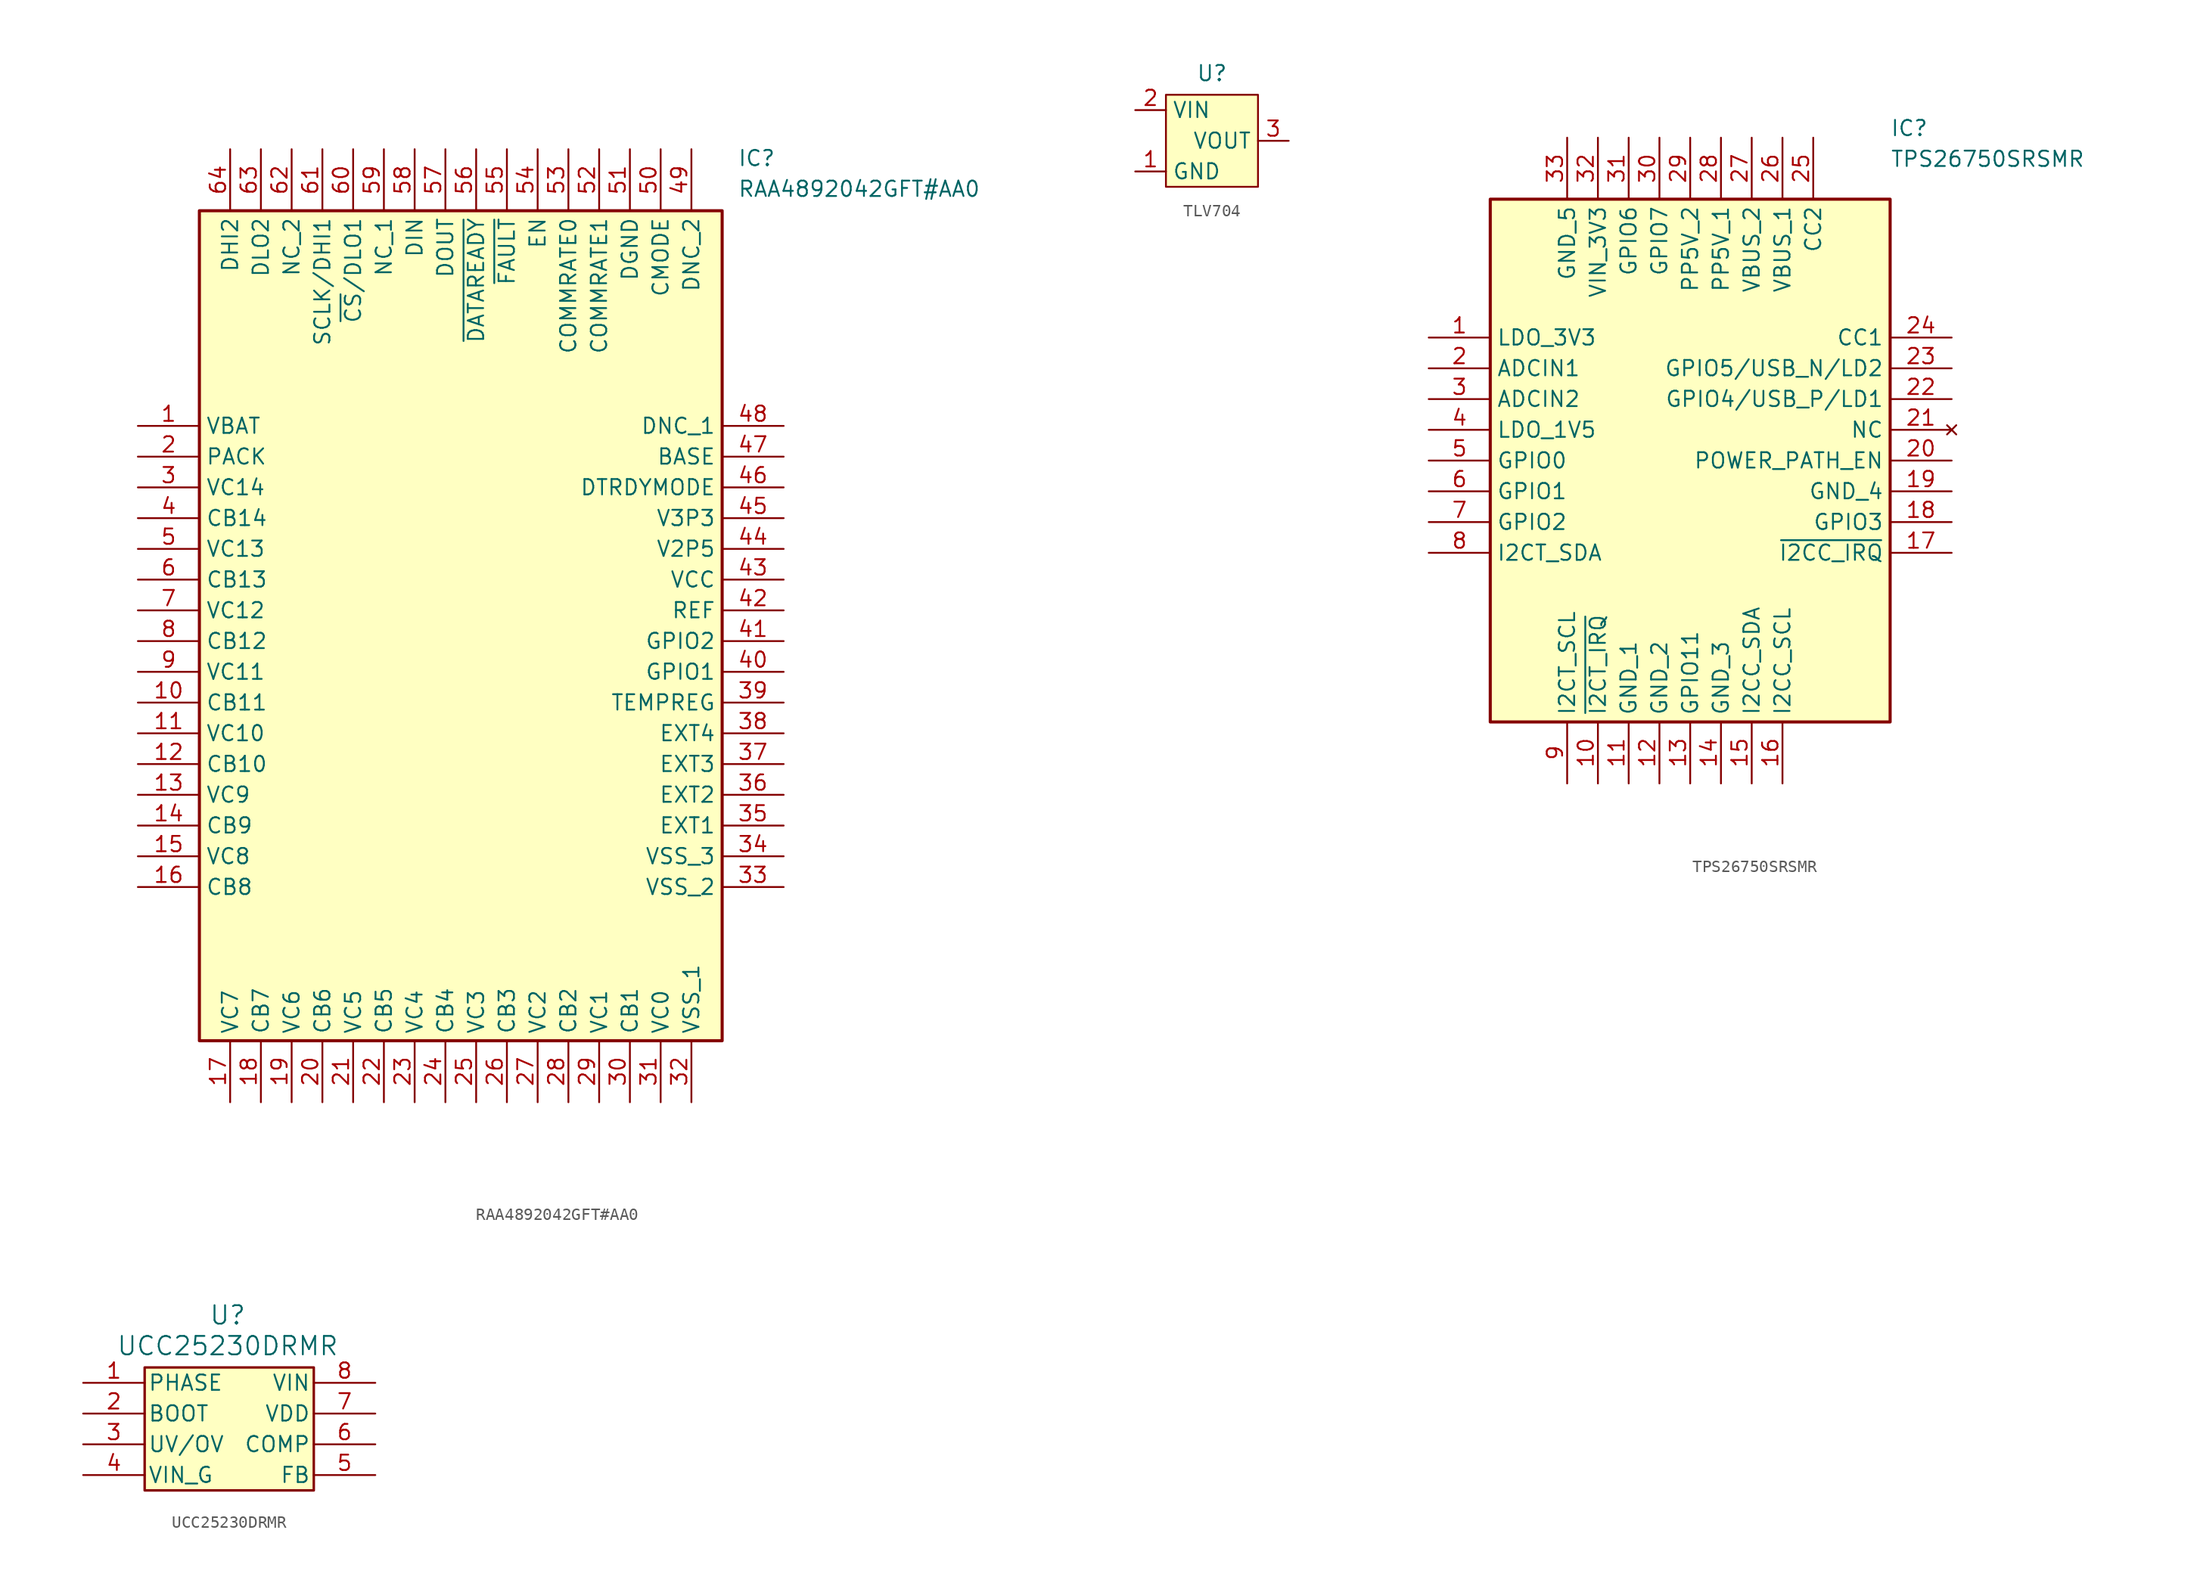
<source format=kicad_sym>
(kicad_symbol_lib
  (version 20241209)
  (generator "kicad_symbol_editor")
  (generator_version "9.0")
  (symbol "RAA4892042GFT#AA0"
    (property "Reference" "IC"
      (at 22.86 39.37 0)
      (effects (font (size 1.27 1.27)) (justify left top)))
    (property "Value" "RAA4892042GFT#AA0"
      (at 22.86 36.83 0)
      (effects (font (size 1.27 1.27)) (justify left top)))
    (symbol "RAA4892042GFT#AA0_1_1"
      (rectangle (start -21.59 34.29) (end 21.59 -34.29) (stroke (width 0.254) (type default)) (fill (type background)))
      (pin passive line (at -26.67 16.51 0) (length 5.08) (name "VBAT" (effects (font (size 1.27 1.27)))) (number "1" (effects (font (size 1.27 1.27)))))
      (pin passive line (at -26.67 13.97 0) (length 5.08) (name "PACK" (effects (font (size 1.27 1.27)))) (number "2" (effects (font (size 1.27 1.27)))))
      (pin passive line (at -26.67 11.43 0) (length 5.08) (name "VC14" (effects (font (size 1.27 1.27)))) (number "3" (effects (font (size 1.27 1.27)))))
      (pin passive line (at -26.67 8.89 0) (length 5.08) (name "CB14" (effects (font (size 1.27 1.27)))) (number "4" (effects (font (size 1.27 1.27)))))
      (pin passive line (at -26.67 6.35 0) (length 5.08) (name "VC13" (effects (font (size 1.27 1.27)))) (number "5" (effects (font (size 1.27 1.27)))))
      (pin passive line (at -26.67 3.81 0) (length 5.08) (name "CB13" (effects (font (size 1.27 1.27)))) (number "6" (effects (font (size 1.27 1.27)))))
      (pin passive line (at -26.67 1.27 0) (length 5.08) (name "VC12" (effects (font (size 1.27 1.27)))) (number "7" (effects (font (size 1.27 1.27)))))
      (pin passive line (at -26.67 -1.27 0) (length 5.08) (name "CB12" (effects (font (size 1.27 1.27)))) (number "8" (effects (font (size 1.27 1.27)))))
      (pin passive line (at -26.67 -3.81 0) (length 5.08) (name "VC11" (effects (font (size 1.27 1.27)))) (number "9" (effects (font (size 1.27 1.27)))))
      (pin passive line (at -26.67 -6.35 0) (length 5.08) (name "CB11" (effects (font (size 1.27 1.27)))) (number "10" (effects (font (size 1.27 1.27)))))
      (pin passive line (at -26.67 -8.89 0) (length 5.08) (name "VC10" (effects (font (size 1.27 1.27)))) (number "11" (effects (font (size 1.27 1.27)))))
      (pin passive line (at -26.67 -11.43 0) (length 5.08) (name "CB10" (effects (font (size 1.27 1.27)))) (number "12" (effects (font (size 1.27 1.27)))))
      (pin passive line (at -26.67 -13.97 0) (length 5.08) (name "VC9" (effects (font (size 1.27 1.27)))) (number "13" (effects (font (size 1.27 1.27)))))
      (pin passive line (at -26.67 -16.51 0) (length 5.08) (name "CB9" (effects (font (size 1.27 1.27)))) (number "14" (effects (font (size 1.27 1.27)))))
      (pin passive line (at -26.67 -19.05 0) (length 5.08) (name "VC8" (effects (font (size 1.27 1.27)))) (number "15" (effects (font (size 1.27 1.27)))))
      (pin passive line (at -26.67 -21.59 0) (length 5.08) (name "CB8" (effects (font (size 1.27 1.27)))) (number "16" (effects (font (size 1.27 1.27)))))
      (pin passive line (at -19.05 39.37 270) (length 5.08) (name "DHI2" (effects (font (size 1.27 1.27)))) (number "64" (effects (font (size 1.27 1.27)))))
      (pin passive line (at -19.05 -39.37 90) (length 5.08) (name "VC7" (effects (font (size 1.27 1.27)))) (number "17" (effects (font (size 1.27 1.27)))))
      (pin passive line (at -16.51 39.37 270) (length 5.08) (name "DLO2" (effects (font (size 1.27 1.27)))) (number "63" (effects (font (size 1.27 1.27)))))
      (pin passive line (at -16.51 -39.37 90) (length 5.08) (name "CB7" (effects (font (size 1.27 1.27)))) (number "18" (effects (font (size 1.27 1.27)))))
      (pin passive line (at -13.97 39.37 270) (length 5.08) (name "NC_2" (effects (font (size 1.27 1.27)))) (number "62" (effects (font (size 1.27 1.27)))))
      (pin passive line (at -13.97 -39.37 90) (length 5.08) (name "VC6" (effects (font (size 1.27 1.27)))) (number "19" (effects (font (size 1.27 1.27)))))
      (pin passive line (at -11.43 39.37 270) (length 5.08) (name "SCLK/DHI1" (effects (font (size 1.27 1.27)))) (number "61" (effects (font (size 1.27 1.27)))))
      (pin passive line (at -11.43 -39.37 90) (length 5.08) (name "CB6" (effects (font (size 1.27 1.27)))) (number "20" (effects (font (size 1.27 1.27)))))
      (pin passive line (at -8.89 39.37 270) (length 5.08) (name "~{CS}/DLO1" (effects (font (size 1.27 1.27)))) (number "60" (effects (font (size 1.27 1.27)))))
      (pin passive line (at -8.89 -39.37 90) (length 5.08) (name "VC5" (effects (font (size 1.27 1.27)))) (number "21" (effects (font (size 1.27 1.27)))))
      (pin passive line (at -6.35 39.37 270) (length 5.08) (name "NC_1" (effects (font (size 1.27 1.27)))) (number "59" (effects (font (size 1.27 1.27)))))
      (pin passive line (at -6.35 -39.37 90) (length 5.08) (name "CB5" (effects (font (size 1.27 1.27)))) (number "22" (effects (font (size 1.27 1.27)))))
      (pin passive line (at -3.81 39.37 270) (length 5.08) (name "DIN" (effects (font (size 1.27 1.27)))) (number "58" (effects (font (size 1.27 1.27)))))
      (pin passive line (at -3.81 -39.37 90) (length 5.08) (name "VC4" (effects (font (size 1.27 1.27)))) (number "23" (effects (font (size 1.27 1.27)))))
      (pin passive line (at -1.27 39.37 270) (length 5.08) (name "DOUT" (effects (font (size 1.27 1.27)))) (number "57" (effects (font (size 1.27 1.27)))))
      (pin passive line (at -1.27 -39.37 90) (length 5.08) (name "CB4" (effects (font (size 1.27 1.27)))) (number "24" (effects (font (size 1.27 1.27)))))
      (pin passive line (at 1.27 39.37 270) (length 5.08) (name "~{DATAREADY}" (effects (font (size 1.27 1.27)))) (number "56" (effects (font (size 1.27 1.27)))))
      (pin passive line (at 1.27 -39.37 90) (length 5.08) (name "VC3" (effects (font (size 1.27 1.27)))) (number "25" (effects (font (size 1.27 1.27)))))
      (pin passive line (at 3.81 39.37 270) (length 5.08) (name "~{FAULT}" (effects (font (size 1.27 1.27)))) (number "55" (effects (font (size 1.27 1.27)))))
      (pin passive line (at 3.81 -39.37 90) (length 5.08) (name "CB3" (effects (font (size 1.27 1.27)))) (number "26" (effects (font (size 1.27 1.27)))))
      (pin passive line (at 6.35 39.37 270) (length 5.08) (name "EN" (effects (font (size 1.27 1.27)))) (number "54" (effects (font (size 1.27 1.27)))))
      (pin passive line (at 6.35 -39.37 90) (length 5.08) (name "VC2" (effects (font (size 1.27 1.27)))) (number "27" (effects (font (size 1.27 1.27)))))
      (pin passive line (at 8.89 39.37 270) (length 5.08) (name "COMMRATE0" (effects (font (size 1.27 1.27)))) (number "53" (effects (font (size 1.27 1.27)))))
      (pin passive line (at 8.89 -39.37 90) (length 5.08) (name "CB2" (effects (font (size 1.27 1.27)))) (number "28" (effects (font (size 1.27 1.27)))))
      (pin passive line (at 11.43 39.37 270) (length 5.08) (name "COMMRATE1" (effects (font (size 1.27 1.27)))) (number "52" (effects (font (size 1.27 1.27)))))
      (pin passive line (at 11.43 -39.37 90) (length 5.08) (name "VC1" (effects (font (size 1.27 1.27)))) (number "29" (effects (font (size 1.27 1.27)))))
      (pin passive line (at 13.97 39.37 270) (length 5.08) (name "DGND" (effects (font (size 1.27 1.27)))) (number "51" (effects (font (size 1.27 1.27)))))
      (pin passive line (at 13.97 -39.37 90) (length 5.08) (name "CB1" (effects (font (size 1.27 1.27)))) (number "30" (effects (font (size 1.27 1.27)))))
      (pin passive line (at 16.51 39.37 270) (length 5.08) (name "CMODE" (effects (font (size 1.27 1.27)))) (number "50" (effects (font (size 1.27 1.27)))))
      (pin passive line (at 16.51 -39.37 90) (length 5.08) (name "VC0" (effects (font (size 1.27 1.27)))) (number "31" (effects (font (size 1.27 1.27)))))
      (pin passive line (at 19.05 39.37 270) (length 5.08) (name "DNC_2" (effects (font (size 1.27 1.27)))) (number "49" (effects (font (size 1.27 1.27)))))
      (pin passive line (at 19.05 -39.37 90) (length 5.08) (name "VSS_1" (effects (font (size 1.27 1.27)))) (number "32" (effects (font (size 1.27 1.27)))))
      (pin passive line (at 26.67 16.51 180) (length 5.08) (name "DNC_1" (effects (font (size 1.27 1.27)))) (number "48" (effects (font (size 1.27 1.27)))))
      (pin passive line (at 26.67 13.97 180) (length 5.08) (name "BASE" (effects (font (size 1.27 1.27)))) (number "47" (effects (font (size 1.27 1.27)))))
      (pin passive line (at 26.67 11.43 180) (length 5.08) (name "DTRDYMODE" (effects (font (size 1.27 1.27)))) (number "46" (effects (font (size 1.27 1.27)))))
      (pin passive line (at 26.67 8.89 180) (length 5.08) (name "V3P3" (effects (font (size 1.27 1.27)))) (number "45" (effects (font (size 1.27 1.27)))))
      (pin passive line (at 26.67 6.35 180) (length 5.08) (name "V2P5" (effects (font (size 1.27 1.27)))) (number "44" (effects (font (size 1.27 1.27)))))
      (pin passive line (at 26.67 3.81 180) (length 5.08) (name "VCC" (effects (font (size 1.27 1.27)))) (number "43" (effects (font (size 1.27 1.27)))))
      (pin passive line (at 26.67 1.27 180) (length 5.08) (name "REF" (effects (font (size 1.27 1.27)))) (number "42" (effects (font (size 1.27 1.27)))))
      (pin passive line (at 26.67 -1.27 180) (length 5.08) (name "GPIO2" (effects (font (size 1.27 1.27)))) (number "41" (effects (font (size 1.27 1.27)))))
      (pin passive line (at 26.67 -3.81 180) (length 5.08) (name "GPIO1" (effects (font (size 1.27 1.27)))) (number "40" (effects (font (size 1.27 1.27)))))
      (pin passive line (at 26.67 -6.35 180) (length 5.08) (name "TEMPREG" (effects (font (size 1.27 1.27)))) (number "39" (effects (font (size 1.27 1.27)))))
      (pin passive line (at 26.67 -8.89 180) (length 5.08) (name "EXT4" (effects (font (size 1.27 1.27)))) (number "38" (effects (font (size 1.27 1.27)))))
      (pin passive line (at 26.67 -11.43 180) (length 5.08) (name "EXT3" (effects (font (size 1.27 1.27)))) (number "37" (effects (font (size 1.27 1.27)))))
      (pin passive line (at 26.67 -13.97 180) (length 5.08) (name "EXT2" (effects (font (size 1.27 1.27)))) (number "36" (effects (font (size 1.27 1.27)))))
      (pin passive line (at 26.67 -16.51 180) (length 5.08) (name "EXT1" (effects (font (size 1.27 1.27)))) (number "35" (effects (font (size 1.27 1.27)))))
      (pin passive line (at 26.67 -19.05 180) (length 5.08) (name "VSS_3" (effects (font (size 1.27 1.27)))) (number "34" (effects (font (size 1.27 1.27)))))
      (pin passive line (at 26.67 -21.59 180) (length 5.08) (name "VSS_2" (effects (font (size 1.27 1.27)))) (number "33" (effects (font (size 1.27 1.27)))))))
  (symbol "TLV704"
    (property "Reference" "U"
      (at 0 5.588 0)
      (effects (font (size 1.27 1.27))))
    (property "Value" ""
      (at 0 0 0)
      (effects (font (size 1.27 1.27))))
    (symbol "TLV704_0_1"
      (rectangle (start -3.81 3.81) (end 3.81 -3.81) (stroke (width 0) (type default)) (fill (type background))))
    (symbol "TLV704_1_1"
      (pin passive line (at -6.35 2.54 0) (length 2.54) (name "VIN" (effects (font (size 1.27 1.27)))) (number "2" (effects (font (size 1.27 1.27)))))
      (pin passive line (at -6.35 -2.54 0) (length 2.54) (name "GND" (effects (font (size 1.27 1.27)))) (number "1" (effects (font (size 1.27 1.27)))))
      (pin passive line (at 6.35 0 180) (length 2.54) (name "VOUT" (effects (font (size 1.27 1.27)))) (number "3" (effects (font (size 1.27 1.27)))))
      (pin no_connect line (at 6.35 -2.54 180) (length 2.54) (hide yes) (name "NC" (effects (font (size 1.27 1.27)))) (number "4" (effects (font (size 1.27 1.27)))))
      (pin no_connect line (at 6.35 -2.54 180) (length 2.54) (hide yes) (name "NC" (effects (font (size 1.27 1.27)))) (number "5" (effects (font (size 1.27 1.27)))))))
  (symbol "TPS26750SRSMR"
    (property "Reference" "IC"
      (at 16.51 26.924 0)
      (effects (font (size 1.27 1.27)) (justify left top)))
    (property "Value" "TPS26750SRSMR"
      (at 16.51 24.384 0)
      (effects (font (size 1.27 1.27)) (justify left top)))
    (symbol "TPS26750SRSMR_1_1"
      (rectangle (start -16.51 20.32) (end 16.51 -22.86) (stroke (width 0.254) (type default)) (fill (type background)))
      (pin passive line (at -21.59 8.89 0) (length 5.08) (name "LDO_3V3" (effects (font (size 1.27 1.27)))) (number "1" (effects (font (size 1.27 1.27)))))
      (pin passive line (at -21.59 6.35 0) (length 5.08) (name "ADCIN1" (effects (font (size 1.27 1.27)))) (number "2" (effects (font (size 1.27 1.27)))))
      (pin passive line (at -21.59 3.81 0) (length 5.08) (name "ADCIN2" (effects (font (size 1.27 1.27)))) (number "3" (effects (font (size 1.27 1.27)))))
      (pin passive line (at -21.59 1.27 0) (length 5.08) (name "LDO_1V5" (effects (font (size 1.27 1.27)))) (number "4" (effects (font (size 1.27 1.27)))))
      (pin passive line (at -21.59 -1.27 0) (length 5.08) (name "GPIO0" (effects (font (size 1.27 1.27)))) (number "5" (effects (font (size 1.27 1.27)))))
      (pin passive line (at -21.59 -3.81 0) (length 5.08) (name "GPIO1" (effects (font (size 1.27 1.27)))) (number "6" (effects (font (size 1.27 1.27)))))
      (pin passive line (at -21.59 -6.35 0) (length 5.08) (name "GPIO2" (effects (font (size 1.27 1.27)))) (number "7" (effects (font (size 1.27 1.27)))))
      (pin passive line (at -21.59 -8.89 0) (length 5.08) (name "I2CT_SDA" (effects (font (size 1.27 1.27)))) (number "8" (effects (font (size 1.27 1.27)))))
      (pin passive line (at -10.16 25.4 270) (length 5.08) (name "GND_5" (effects (font (size 1.27 1.27)))) (number "33" (effects (font (size 1.27 1.27)))))
      (pin passive line (at -10.16 -27.94 90) (length 5.08) (name "I2CT_SCL" (effects (font (size 1.27 1.27)))) (number "9" (effects (font (size 1.27 1.27)))))
      (pin passive line (at -7.62 25.4 270) (length 5.08) (name "VIN_3V3" (effects (font (size 1.27 1.27)))) (number "32" (effects (font (size 1.27 1.27)))))
      (pin passive line (at -7.62 -27.94 90) (length 5.08) (name "~{I2CT_IRQ}" (effects (font (size 1.27 1.27)))) (number "10" (effects (font (size 1.27 1.27)))))
      (pin passive line (at -5.08 25.4 270) (length 5.08) (name "GPIO6" (effects (font (size 1.27 1.27)))) (number "31" (effects (font (size 1.27 1.27)))))
      (pin passive line (at -5.08 -27.94 90) (length 5.08) (name "GND_1" (effects (font (size 1.27 1.27)))) (number "11" (effects (font (size 1.27 1.27)))))
      (pin passive line (at -2.54 25.4 270) (length 5.08) (name "GPIO7" (effects (font (size 1.27 1.27)))) (number "30" (effects (font (size 1.27 1.27)))))
      (pin passive line (at -2.54 -27.94 90) (length 5.08) (name "GND_2" (effects (font (size 1.27 1.27)))) (number "12" (effects (font (size 1.27 1.27)))))
      (pin passive line (at 0 25.4 270) (length 5.08) (name "PP5V_2" (effects (font (size 1.27 1.27)))) (number "29" (effects (font (size 1.27 1.27)))))
      (pin passive line (at 0 -27.94 90) (length 5.08) (name "GPIO11" (effects (font (size 1.27 1.27)))) (number "13" (effects (font (size 1.27 1.27)))))
      (pin passive line (at 2.54 25.4 270) (length 5.08) (name "PP5V_1" (effects (font (size 1.27 1.27)))) (number "28" (effects (font (size 1.27 1.27)))))
      (pin passive line (at 2.54 -27.94 90) (length 5.08) (name "GND_3" (effects (font (size 1.27 1.27)))) (number "14" (effects (font (size 1.27 1.27)))))
      (pin passive line (at 5.08 25.4 270) (length 5.08) (name "VBUS_2" (effects (font (size 1.27 1.27)))) (number "27" (effects (font (size 1.27 1.27)))))
      (pin passive line (at 5.08 -27.94 90) (length 5.08) (name "I2CC_SDA" (effects (font (size 1.27 1.27)))) (number "15" (effects (font (size 1.27 1.27)))))
      (pin passive line (at 7.62 25.4 270) (length 5.08) (name "VBUS_1" (effects (font (size 1.27 1.27)))) (number "26" (effects (font (size 1.27 1.27)))))
      (pin passive line (at 7.62 -27.94 90) (length 5.08) (name "I2CC_SCL" (effects (font (size 1.27 1.27)))) (number "16" (effects (font (size 1.27 1.27)))))
      (pin passive line (at 10.16 25.4 270) (length 5.08) (name "CC2" (effects (font (size 1.27 1.27)))) (number "25" (effects (font (size 1.27 1.27)))))
      (pin passive line (at 21.59 8.89 180) (length 5.08) (name "CC1" (effects (font (size 1.27 1.27)))) (number "24" (effects (font (size 1.27 1.27)))))
      (pin passive line (at 21.59 6.35 180) (length 5.08) (name "GPIO5/USB_N/LD2" (effects (font (size 1.27 1.27)))) (number "23" (effects (font (size 1.27 1.27)))))
      (pin passive line (at 21.59 3.81 180) (length 5.08) (name "GPIO4/USB_P/LD1" (effects (font (size 1.27 1.27)))) (number "22" (effects (font (size 1.27 1.27)))))
      (pin no_connect line (at 21.59 1.27 180) (length 5.08) (name "NC" (effects (font (size 1.27 1.27)))) (number "21" (effects (font (size 1.27 1.27)))))
      (pin passive line (at 21.59 -1.27 180) (length 5.08) (name "POWER_PATH_EN" (effects (font (size 1.27 1.27)))) (number "20" (effects (font (size 1.27 1.27)))))
      (pin passive line (at 21.59 -3.81 180) (length 5.08) (name "GND_4" (effects (font (size 1.27 1.27)))) (number "19" (effects (font (size 1.27 1.27)))))
      (pin passive line (at 21.59 -6.35 180) (length 5.08) (name "GPIO3" (effects (font (size 1.27 1.27)))) (number "18" (effects (font (size 1.27 1.27)))))
      (pin passive line (at 21.59 -8.89 180) (length 5.08) (name "~{I2CC_IRQ}" (effects (font (size 1.27 1.27)))) (number "17" (effects (font (size 1.27 1.27)))))))
  (symbol "UCC25230DRMR"
    (pin_names
      (offset 0.254))
    (property "Reference" "U"
      (at -0.762 9.398 0)
      (effects (font (size 1.524 1.524))))
    (property "Value" "UCC25230DRMR"
      (at -0.762 6.858 0)
      (effects (font (size 1.524 1.524))))
    (property "ki_locked" ""
      (at 0 0 0)
      (effects (font (size 1.27 1.27))))
    (symbol "UCC25230DRMR_0_1"
      (pin output line (at -12.7 3.81 0) (length 5.08) (name "PHASE" (effects (font (size 1.27 1.27)))) (number "1" (effects (font (size 1.27 1.27)))))
      (pin input line (at -12.7 1.27 0) (length 5.08) (name "BOOT" (effects (font (size 1.27 1.27)))) (number "2" (effects (font (size 1.27 1.27)))))
      (pin input line (at -12.7 -1.27 0) (length 5.08) (name "UV/OV" (effects (font (size 1.27 1.27)))) (number "3" (effects (font (size 1.27 1.27)))))
      (pin output line (at -12.7 -3.81 0) (length 5.08) (name "VIN_G" (effects (font (size 1.27 1.27)))) (number "4" (effects (font (size 1.27 1.27)))))
      (pin input line (at 11.43 3.81 180) (length 5.08) (name "VIN" (effects (font (size 1.27 1.27)))) (number "8" (effects (font (size 1.27 1.27)))))
      (pin output line (at 11.43 1.27 180) (length 5.08) (name "VDD" (effects (font (size 1.27 1.27)))) (number "7" (effects (font (size 1.27 1.27)))))
      (pin output line (at 11.43 -1.27 180) (length 5.08) (name "COMP" (effects (font (size 1.27 1.27)))) (number "6" (effects (font (size 1.27 1.27)))))
      (pin input line (at 11.43 -3.81 180) (length 5.08) (name "FB" (effects (font (size 1.27 1.27)))) (number "5" (effects (font (size 1.27 1.27))))))
    (symbol "UCC25230DRMR_1_1"
      (rectangle (start -7.62 5.08) (end 6.35 -5.08) (stroke (width 0.203) (type default)) (fill (type background))))))
</source>
